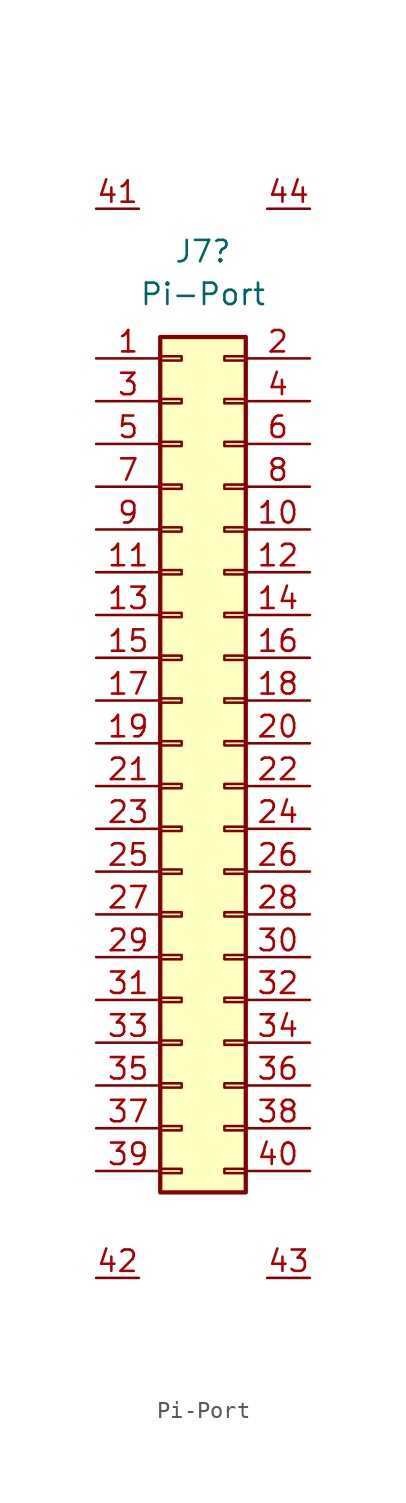
<source format=kicad_sym>
(kicad_symbol_lib
  (version 20211014)
  (generator kicad_symbol_editor)
  (symbol "Pi-Port"
    (pin_names
      (offset 1.016) hide)
    (property "Reference" "J7"
      (at 1.27 29.21 0)
      (effects (font (size 1.27 1.27))))
    (property "Value" "Pi-Port"
      (at 1.27 26.67 0)
      (effects (font (size 1.27 1.27))))
    (symbol "Pi-Port_1_1"
      (rectangle (start -1.27 -25.273) (end 0 -25.527) (stroke (width 0.152) (type default) (color 0 0 0 0)) (fill (type none)))
      (rectangle (start -1.27 -22.733) (end 0 -22.987) (stroke (width 0.152) (type default) (color 0 0 0 0)) (fill (type none)))
      (rectangle (start -1.27 -20.193) (end 0 -20.447) (stroke (width 0.152) (type default) (color 0 0 0 0)) (fill (type none)))
      (rectangle (start -1.27 -17.653) (end 0 -17.907) (stroke (width 0.152) (type default) (color 0 0 0 0)) (fill (type none)))
      (rectangle (start -1.27 -15.113) (end 0 -15.367) (stroke (width 0.152) (type default) (color 0 0 0 0)) (fill (type none)))
      (rectangle (start -1.27 -12.573) (end 0 -12.827) (stroke (width 0.152) (type default) (color 0 0 0 0)) (fill (type none)))
      (rectangle (start -1.27 -10.033) (end 0 -10.287) (stroke (width 0.152) (type default) (color 0 0 0 0)) (fill (type none)))
      (rectangle (start -1.27 -7.493) (end 0 -7.747) (stroke (width 0.152) (type default) (color 0 0 0 0)) (fill (type none)))
      (rectangle (start -1.27 -4.953) (end 0 -5.207) (stroke (width 0.152) (type default) (color 0 0 0 0)) (fill (type none)))
      (rectangle (start -1.27 -2.413) (end 0 -2.667) (stroke (width 0.152) (type default) (color 0 0 0 0)) (fill (type none)))
      (rectangle (start -1.27 0.127) (end 0 -0.127) (stroke (width 0.152) (type default) (color 0 0 0 0)) (fill (type none)))
      (rectangle (start -1.27 2.667) (end 0 2.413) (stroke (width 0.152) (type default) (color 0 0 0 0)) (fill (type none)))
      (rectangle (start -1.27 5.207) (end 0 4.953) (stroke (width 0.152) (type default) (color 0 0 0 0)) (fill (type none)))
      (rectangle (start -1.27 7.747) (end 0 7.493) (stroke (width 0.152) (type default) (color 0 0 0 0)) (fill (type none)))
      (rectangle (start -1.27 10.287) (end 0 10.033) (stroke (width 0.152) (type default) (color 0 0 0 0)) (fill (type none)))
      (rectangle (start -1.27 12.827) (end 0 12.573) (stroke (width 0.152) (type default) (color 0 0 0 0)) (fill (type none)))
      (rectangle (start -1.27 15.367) (end 0 15.113) (stroke (width 0.152) (type default) (color 0 0 0 0)) (fill (type none)))
      (rectangle (start -1.27 17.907) (end 0 17.653) (stroke (width 0.152) (type default) (color 0 0 0 0)) (fill (type none)))
      (rectangle (start -1.27 20.447) (end 0 20.193) (stroke (width 0.152) (type default) (color 0 0 0 0)) (fill (type none)))
      (rectangle (start -1.27 22.987) (end 0 22.733) (stroke (width 0.152) (type default) (color 0 0 0 0)) (fill (type none)))
      (rectangle (start -1.27 24.13) (end 3.81 -26.67) (stroke (width 0.254) (type default) (color 0 0 0 0)) (fill (type background)))
      (rectangle (start 3.81 -25.273) (end 2.54 -25.527) (stroke (width 0.152) (type default) (color 0 0 0 0)) (fill (type none)))
      (rectangle (start 3.81 -22.733) (end 2.54 -22.987) (stroke (width 0.152) (type default) (color 0 0 0 0)) (fill (type none)))
      (rectangle (start 3.81 -20.193) (end 2.54 -20.447) (stroke (width 0.152) (type default) (color 0 0 0 0)) (fill (type none)))
      (rectangle (start 3.81 -17.653) (end 2.54 -17.907) (stroke (width 0.152) (type default) (color 0 0 0 0)) (fill (type none)))
      (rectangle (start 3.81 -15.113) (end 2.54 -15.367) (stroke (width 0.152) (type default) (color 0 0 0 0)) (fill (type none)))
      (rectangle (start 3.81 -12.573) (end 2.54 -12.827) (stroke (width 0.152) (type default) (color 0 0 0 0)) (fill (type none)))
      (rectangle (start 3.81 -10.033) (end 2.54 -10.287) (stroke (width 0.152) (type default) (color 0 0 0 0)) (fill (type none)))
      (rectangle (start 3.81 -7.493) (end 2.54 -7.747) (stroke (width 0.152) (type default) (color 0 0 0 0)) (fill (type none)))
      (rectangle (start 3.81 -4.953) (end 2.54 -5.207) (stroke (width 0.152) (type default) (color 0 0 0 0)) (fill (type none)))
      (rectangle (start 3.81 -2.413) (end 2.54 -2.667) (stroke (width 0.152) (type default) (color 0 0 0 0)) (fill (type none)))
      (rectangle (start 3.81 0.127) (end 2.54 -0.127) (stroke (width 0.152) (type default) (color 0 0 0 0)) (fill (type none)))
      (rectangle (start 3.81 2.667) (end 2.54 2.413) (stroke (width 0.152) (type default) (color 0 0 0 0)) (fill (type none)))
      (rectangle (start 3.81 5.207) (end 2.54 4.953) (stroke (width 0.152) (type default) (color 0 0 0 0)) (fill (type none)))
      (rectangle (start 3.81 7.747) (end 2.54 7.493) (stroke (width 0.152) (type default) (color 0 0 0 0)) (fill (type none)))
      (rectangle (start 3.81 10.287) (end 2.54 10.033) (stroke (width 0.152) (type default) (color 0 0 0 0)) (fill (type none)))
      (rectangle (start 3.81 12.827) (end 2.54 12.573) (stroke (width 0.152) (type default) (color 0 0 0 0)) (fill (type none)))
      (rectangle (start 3.81 15.367) (end 2.54 15.113) (stroke (width 0.152) (type default) (color 0 0 0 0)) (fill (type none)))
      (rectangle (start 3.81 17.907) (end 2.54 17.653) (stroke (width 0.152) (type default) (color 0 0 0 0)) (fill (type none)))
      (rectangle (start 3.81 20.447) (end 2.54 20.193) (stroke (width 0.152) (type default) (color 0 0 0 0)) (fill (type none)))
      (rectangle (start 3.81 22.987) (end 2.54 22.733) (stroke (width 0.152) (type default) (color 0 0 0 0)) (fill (type none)))
      (pin passive line (at -5.08 22.86 0) (length 3.81) (name "Pin_1" (effects (font (size 1.27 1.27)))) (number "1" (effects (font (size 1.27 1.27)))))
      (pin passive line (at 7.62 12.7 180) (length 3.81) (name "Pin_10" (effects (font (size 1.27 1.27)))) (number "10" (effects (font (size 1.27 1.27)))))
      (pin passive line (at -5.08 10.16 0) (length 3.81) (name "Pin_11" (effects (font (size 1.27 1.27)))) (number "11" (effects (font (size 1.27 1.27)))))
      (pin passive line (at 7.62 10.16 180) (length 3.81) (name "Pin_12" (effects (font (size 1.27 1.27)))) (number "12" (effects (font (size 1.27 1.27)))))
      (pin passive line (at -5.08 7.62 0) (length 3.81) (name "Pin_13" (effects (font (size 1.27 1.27)))) (number "13" (effects (font (size 1.27 1.27)))))
      (pin passive line (at 7.62 7.62 180) (length 3.81) (name "Pin_14" (effects (font (size 1.27 1.27)))) (number "14" (effects (font (size 1.27 1.27)))))
      (pin passive line (at -5.08 5.08 0) (length 3.81) (name "Pin_15" (effects (font (size 1.27 1.27)))) (number "15" (effects (font (size 1.27 1.27)))))
      (pin passive line (at 7.62 5.08 180) (length 3.81) (name "Pin_16" (effects (font (size 1.27 1.27)))) (number "16" (effects (font (size 1.27 1.27)))))
      (pin passive line (at -5.08 2.54 0) (length 3.81) (name "Pin_17" (effects (font (size 1.27 1.27)))) (number "17" (effects (font (size 1.27 1.27)))))
      (pin passive line (at 7.62 2.54 180) (length 3.81) (name "Pin_18" (effects (font (size 1.27 1.27)))) (number "18" (effects (font (size 1.27 1.27)))))
      (pin passive line (at -5.08 0 0) (length 3.81) (name "Pin_19" (effects (font (size 1.27 1.27)))) (number "19" (effects (font (size 1.27 1.27)))))
      (pin passive line (at 7.62 22.86 180) (length 3.81) (name "Pin_2" (effects (font (size 1.27 1.27)))) (number "2" (effects (font (size 1.27 1.27)))))
      (pin passive line (at 7.62 0 180) (length 3.81) (name "Pin_20" (effects (font (size 1.27 1.27)))) (number "20" (effects (font (size 1.27 1.27)))))
      (pin passive line (at -5.08 -2.54 0) (length 3.81) (name "Pin_21" (effects (font (size 1.27 1.27)))) (number "21" (effects (font (size 1.27 1.27)))))
      (pin passive line (at 7.62 -2.54 180) (length 3.81) (name "Pin_22" (effects (font (size 1.27 1.27)))) (number "22" (effects (font (size 1.27 1.27)))))
      (pin passive line (at -5.08 -5.08 0) (length 3.81) (name "Pin_23" (effects (font (size 1.27 1.27)))) (number "23" (effects (font (size 1.27 1.27)))))
      (pin passive line (at 7.62 -5.08 180) (length 3.81) (name "Pin_24" (effects (font (size 1.27 1.27)))) (number "24" (effects (font (size 1.27 1.27)))))
      (pin passive line (at -5.08 -7.62 0) (length 3.81) (name "Pin_25" (effects (font (size 1.27 1.27)))) (number "25" (effects (font (size 1.27 1.27)))))
      (pin passive line (at 7.62 -7.62 180) (length 3.81) (name "Pin_26" (effects (font (size 1.27 1.27)))) (number "26" (effects (font (size 1.27 1.27)))))
      (pin passive line (at -5.08 -10.16 0) (length 3.81) (name "Pin_27" (effects (font (size 1.27 1.27)))) (number "27" (effects (font (size 1.27 1.27)))))
      (pin passive line (at 7.62 -10.16 180) (length 3.81) (name "Pin_28" (effects (font (size 1.27 1.27)))) (number "28" (effects (font (size 1.27 1.27)))))
      (pin passive line (at -5.08 -12.7 0) (length 3.81) (name "Pin_29" (effects (font (size 1.27 1.27)))) (number "29" (effects (font (size 1.27 1.27)))))
      (pin passive line (at -5.08 20.32 0) (length 3.81) (name "Pin_3" (effects (font (size 1.27 1.27)))) (number "3" (effects (font (size 1.27 1.27)))))
      (pin passive line (at 7.62 -12.7 180) (length 3.81) (name "Pin_30" (effects (font (size 1.27 1.27)))) (number "30" (effects (font (size 1.27 1.27)))))
      (pin passive line (at -5.08 -15.24 0) (length 3.81) (name "Pin_31" (effects (font (size 1.27 1.27)))) (number "31" (effects (font (size 1.27 1.27)))))
      (pin passive line (at 7.62 -15.24 180) (length 3.81) (name "Pin_32" (effects (font (size 1.27 1.27)))) (number "32" (effects (font (size 1.27 1.27)))))
      (pin passive line (at -5.08 -17.78 0) (length 3.81) (name "Pin_33" (effects (font (size 1.27 1.27)))) (number "33" (effects (font (size 1.27 1.27)))))
      (pin passive line (at 7.62 -17.78 180) (length 3.81) (name "Pin_34" (effects (font (size 1.27 1.27)))) (number "34" (effects (font (size 1.27 1.27)))))
      (pin passive line (at -5.08 -20.32 0) (length 3.81) (name "Pin_35" (effects (font (size 1.27 1.27)))) (number "35" (effects (font (size 1.27 1.27)))))
      (pin passive line (at 7.62 -20.32 180) (length 3.81) (name "Pin_36" (effects (font (size 1.27 1.27)))) (number "36" (effects (font (size 1.27 1.27)))))
      (pin passive line (at -5.08 -22.86 0) (length 3.81) (name "Pin_37" (effects (font (size 1.27 1.27)))) (number "37" (effects (font (size 1.27 1.27)))))
      (pin passive line (at 7.62 -22.86 180) (length 3.81) (name "Pin_38" (effects (font (size 1.27 1.27)))) (number "38" (effects (font (size 1.27 1.27)))))
      (pin passive line (at -5.08 -25.4 0) (length 3.81) (name "Pin_39" (effects (font (size 1.27 1.27)))) (number "39" (effects (font (size 1.27 1.27)))))
      (pin passive line (at 7.62 20.32 180) (length 3.81) (name "Pin_4" (effects (font (size 1.27 1.27)))) (number "4" (effects (font (size 1.27 1.27)))))
      (pin passive line (at 7.62 -25.4 180) (length 3.81) (name "Pin_40" (effects (font (size 1.27 1.27)))) (number "40" (effects (font (size 1.27 1.27)))))
      (pin input line (at -5.08 31.75 0) (length 2.54) (name "MH" (effects (font (size 1.27 1.27)))) (number "41" (effects (font (size 1.27 1.27)))))
      (pin input line (at -5.08 -31.75 0) (length 2.54) (name "MH" (effects (font (size 1.27 1.27)))) (number "42" (effects (font (size 1.27 1.27)))))
      (pin input line (at 7.62 -31.75 180) (length 2.54) (name "MH" (effects (font (size 1.27 1.27)))) (number "43" (effects (font (size 1.27 1.27)))))
      (pin input line (at 7.62 31.75 180) (length 2.54) (name "MH" (effects (font (size 1.27 1.27)))) (number "44" (effects (font (size 1.27 1.27)))))
      (pin passive line (at -5.08 17.78 0) (length 3.81) (name "Pin_5" (effects (font (size 1.27 1.27)))) (number "5" (effects (font (size 1.27 1.27)))))
      (pin passive line (at 7.62 17.78 180) (length 3.81) (name "Pin_6" (effects (font (size 1.27 1.27)))) (number "6" (effects (font (size 1.27 1.27)))))
      (pin passive line (at -5.08 15.24 0) (length 3.81) (name "Pin_7" (effects (font (size 1.27 1.27)))) (number "7" (effects (font (size 1.27 1.27)))))
      (pin passive line (at 7.62 15.24 180) (length 3.81) (name "Pin_8" (effects (font (size 1.27 1.27)))) (number "8" (effects (font (size 1.27 1.27)))))
      (pin passive line (at -5.08 12.7 0) (length 3.81) (name "Pin_9" (effects (font (size 1.27 1.27)))) (number "9" (effects (font (size 1.27 1.27))))))))
</source>
